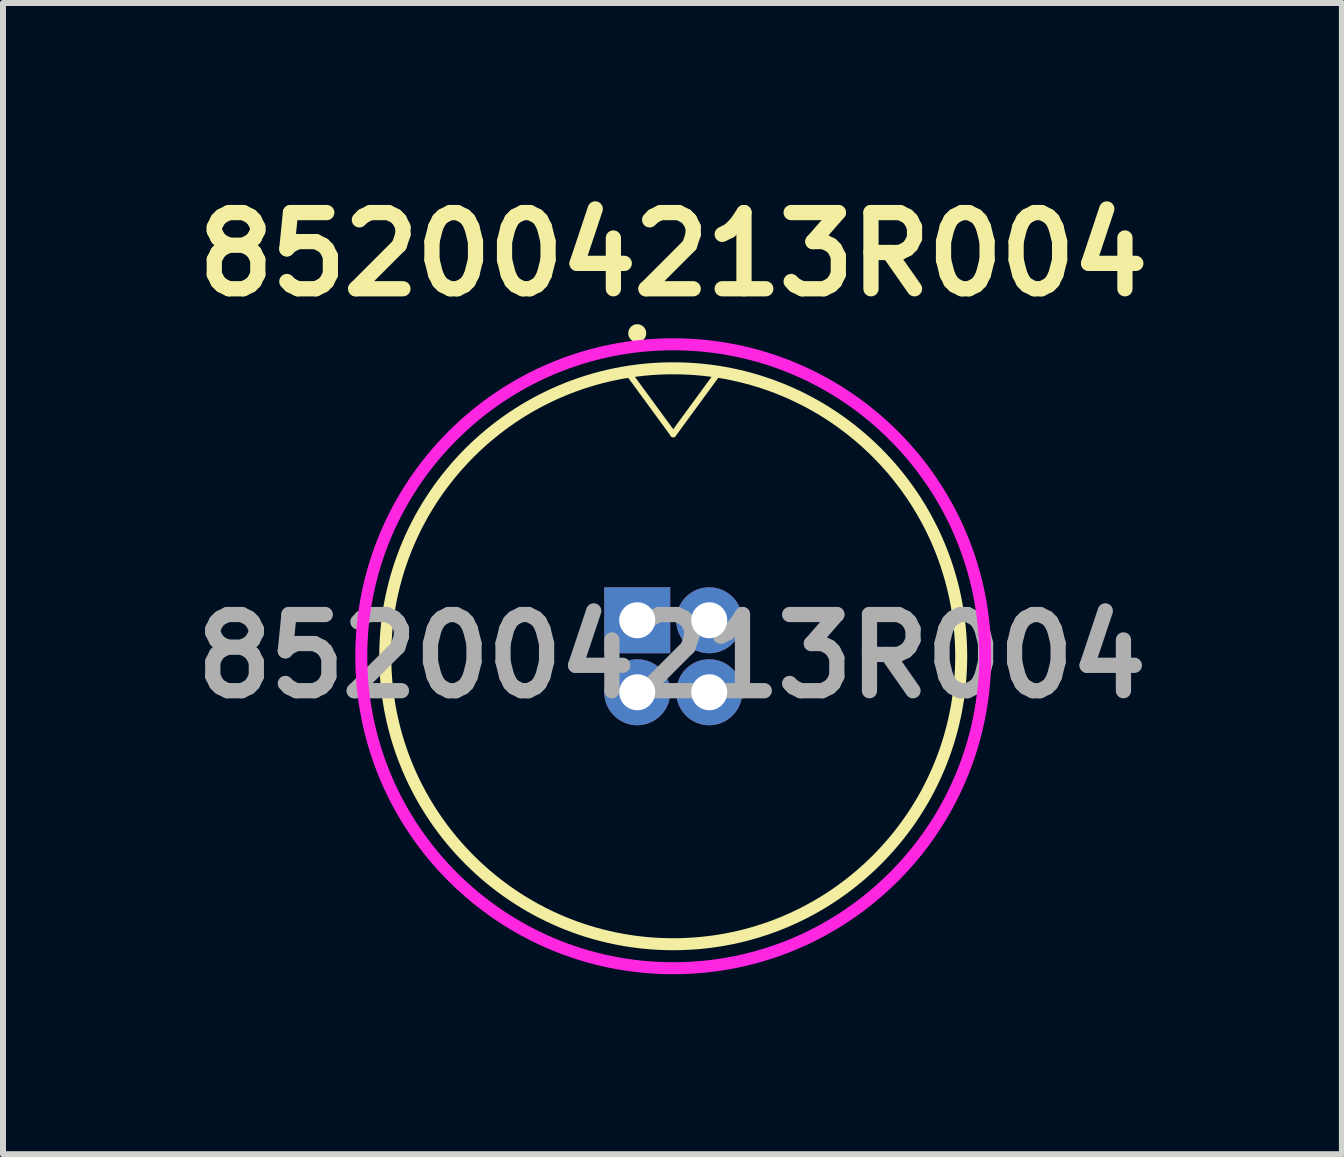
<source format=kicad_pcb>
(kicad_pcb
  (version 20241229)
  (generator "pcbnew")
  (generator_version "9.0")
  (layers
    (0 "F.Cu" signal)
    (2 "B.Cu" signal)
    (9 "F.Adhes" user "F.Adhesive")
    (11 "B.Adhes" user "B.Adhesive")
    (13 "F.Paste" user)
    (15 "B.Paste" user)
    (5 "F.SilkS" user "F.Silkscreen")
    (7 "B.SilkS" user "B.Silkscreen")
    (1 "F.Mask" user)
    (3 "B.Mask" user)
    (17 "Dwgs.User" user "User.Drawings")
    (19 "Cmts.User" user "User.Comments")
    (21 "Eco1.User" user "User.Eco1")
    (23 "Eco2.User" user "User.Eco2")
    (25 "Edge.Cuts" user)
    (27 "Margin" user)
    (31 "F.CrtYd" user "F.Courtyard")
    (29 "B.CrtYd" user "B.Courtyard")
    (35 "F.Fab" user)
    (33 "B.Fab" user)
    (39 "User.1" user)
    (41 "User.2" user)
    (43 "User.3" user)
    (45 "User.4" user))
  (footprint "852004213R004"
    (layer "F.Cu")
    (at 8.172 7.889)
    (property "Reference" "852004213R004" (at 0 -6.7 0) (layer "F.SilkS") (effects (font (size 1.27 1.27) (thickness 0.254))))
    (attr through_hole)
    (fp_line (start 0 -3.7) (end -0.75 -4.725) (stroke (width 0.1) (type default)) (layer "F.SilkS"))
    (fp_line (start 0.75 -4.725) (end 0 -3.7) (stroke (width 0.1) (type default)) (layer "F.SilkS"))
    (fp_circle (center -0.6 -5.385) (end -0.525 -5.385) (stroke (width 0.15) (type default)) (fill no) (layer "F.SilkS"))
    (fp_circle (center 0 0) (end 4.8 0) (stroke (width 0.2) (type default)) (fill no) (layer "F.SilkS"))
    (fp_circle (center 0 0) (end 5.2 0) (stroke (width 0.2) (type default)) (fill no) (layer "F.CrtYd"))
    (fp_text user "${REFERENCE}" (at -0.025 0 0) (layer "F.Fab") (effects (font (size 1.27 1.27) (thickness 0.254))))
    (pad "1" thru_hole rect (at -0.6 -0.6) (size 1.1 1.1) (drill 0.6) (layers "*.Cu" "*.Mask"))
    (pad "2" thru_hole circle (at 0.6 -0.6) (size 1.1 1.1) (drill 0.6) (layers "*.Cu" "*.Mask"))
    (pad "3" thru_hole circle (at -0.6 0.6) (size 1.1 1.1) (drill 0.6) (layers "*.Cu" "*.Mask"))
    (pad "4" thru_hole circle (at 0.6 0.6) (size 1.1 1.1) (drill 0.6) (layers "*.Cu" "*.Mask")))
  (gr_rect
    (start -3 -3)
    (end 19.318 16.189)
    (stroke (width 0.1) (type default))
    (fill no)
    (layer "Edge.Cuts")))
</source>
